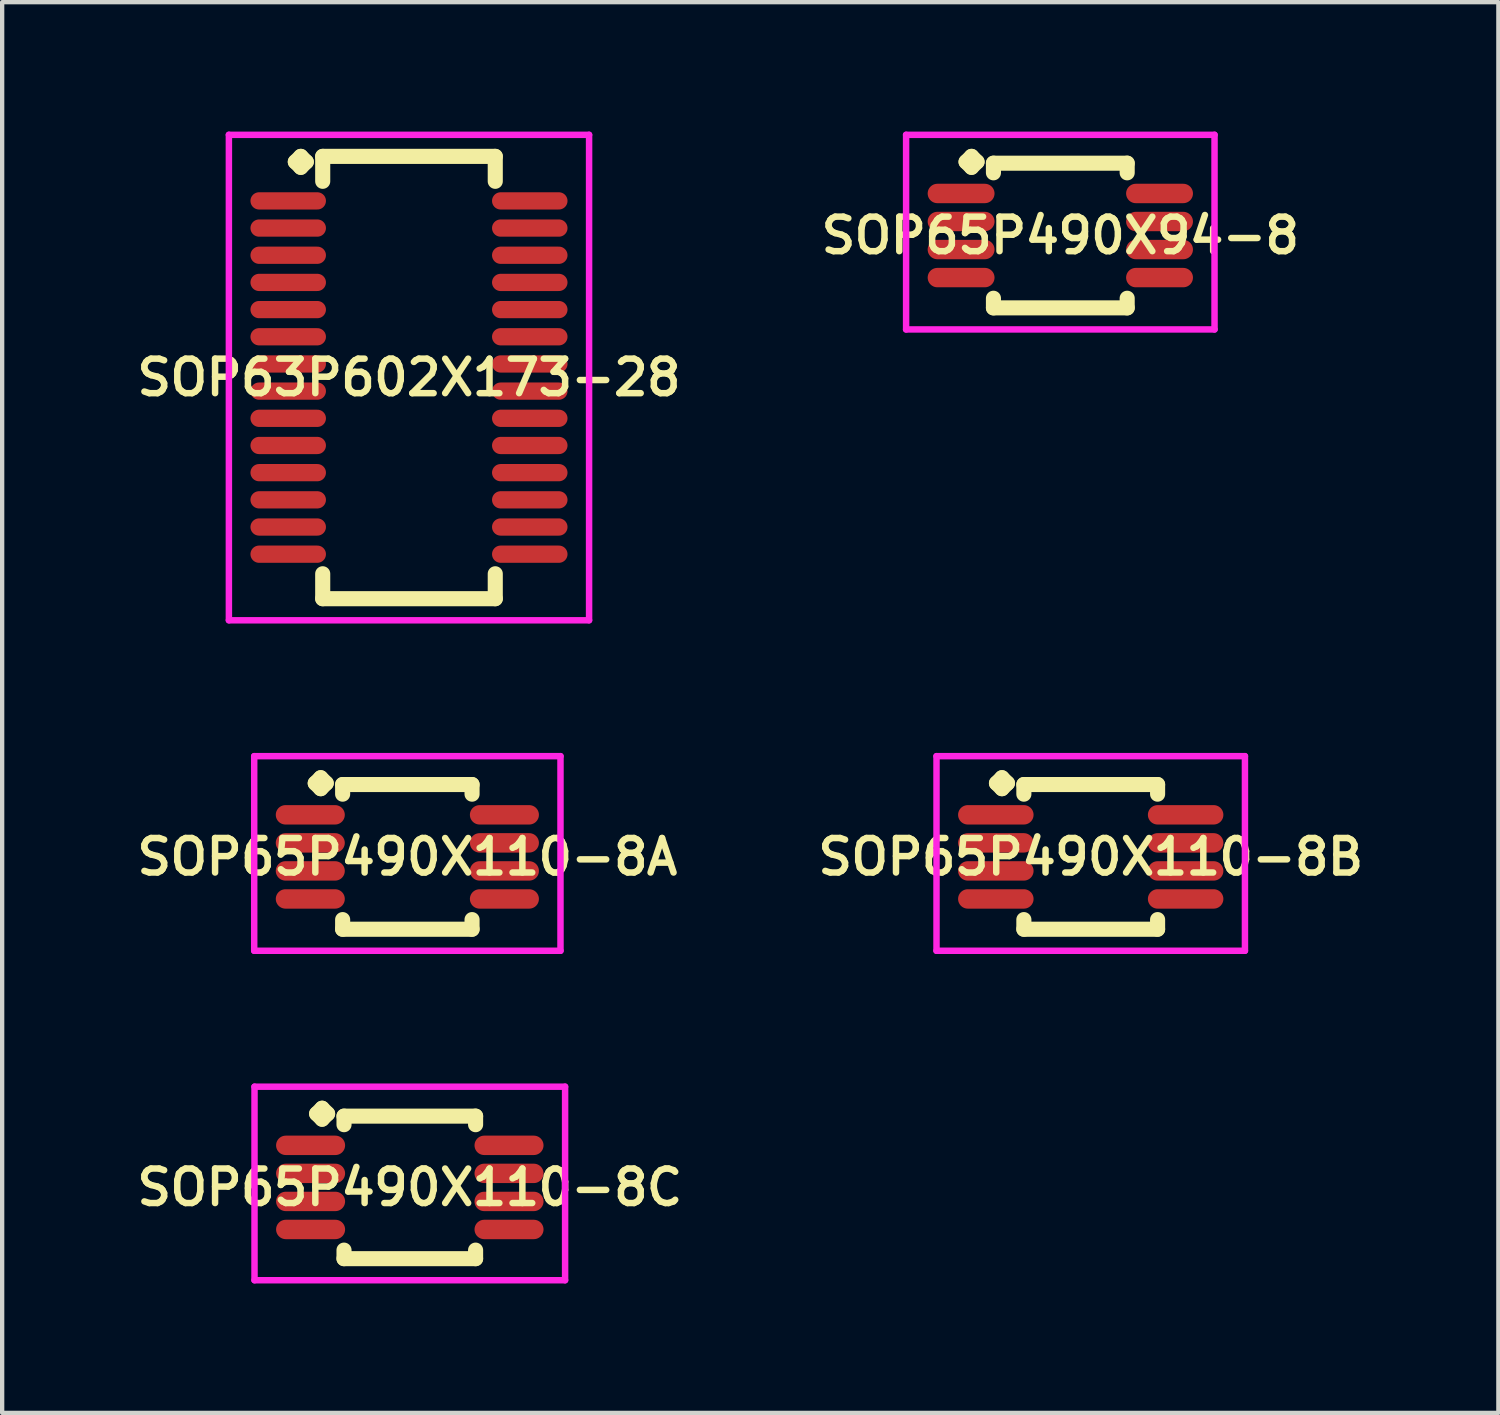
<source format=kicad_pcb>
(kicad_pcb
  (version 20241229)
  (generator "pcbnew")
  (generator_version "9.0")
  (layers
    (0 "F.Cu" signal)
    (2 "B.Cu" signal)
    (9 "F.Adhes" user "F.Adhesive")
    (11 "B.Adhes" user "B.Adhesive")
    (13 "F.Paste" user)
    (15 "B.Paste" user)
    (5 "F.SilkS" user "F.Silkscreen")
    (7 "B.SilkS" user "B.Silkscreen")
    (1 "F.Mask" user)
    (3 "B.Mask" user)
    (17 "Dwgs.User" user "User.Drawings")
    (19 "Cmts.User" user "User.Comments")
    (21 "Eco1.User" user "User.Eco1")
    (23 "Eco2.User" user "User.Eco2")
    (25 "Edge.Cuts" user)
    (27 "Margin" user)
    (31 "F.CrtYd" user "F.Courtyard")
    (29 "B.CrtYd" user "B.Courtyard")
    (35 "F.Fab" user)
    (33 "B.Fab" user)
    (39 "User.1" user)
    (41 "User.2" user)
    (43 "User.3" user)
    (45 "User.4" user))
  (footprint "SOP65P490X110-8A"
    (layer "F.Cu")
    (at 6.393 16.814)
    (property "Reference" "SOP65P490X110-8A" (at 0 0 0) (layer "F.SilkS") (effects (font (size 0.8 0.8) (thickness 0.15))))
    (attr smd)
    (fp_line (start -2.135 -1.708) (end -2.008 -1.835) (stroke (width 0.35) (type solid)) (layer "F.SilkS"))
    (fp_line (start -2.008 -1.835) (end -1.881 -1.708) (stroke (width 0.35) (type solid)) (layer "F.SilkS"))
    (fp_line (start -2.008 -1.581) (end -2.135 -1.708) (stroke (width 0.35) (type solid)) (layer "F.SilkS"))
    (fp_line (start -1.881 -1.708) (end -2.008 -1.581) (stroke (width 0.35) (type solid)) (layer "F.SilkS"))
    (fp_line (start -1.5 -1.677) (end 1.5 -1.677) (stroke (width 0.35) (type solid)) (layer "F.SilkS"))
    (fp_line (start -1.5 -1.454) (end -1.5 -1.677) (stroke (width 0.35) (type solid)) (layer "F.SilkS"))
    (fp_line (start -1.5 1.454) (end -1.5 1.677) (stroke (width 0.35) (type solid)) (layer "F.SilkS"))
    (fp_line (start -1.5 1.677) (end 1.5 1.677) (stroke (width 0.35) (type solid)) (layer "F.SilkS"))
    (fp_line (start 1.5 -1.677) (end 1.5 -1.454) (stroke (width 0.35) (type solid)) (layer "F.SilkS"))
    (fp_line (start 1.5 1.677) (end 1.5 1.454) (stroke (width 0.35) (type solid)) (layer "F.SilkS"))
    (fp_line (start -3.55 -2.335) (end 3.55 -2.335) (stroke (width 0.15) (type solid)) (layer "F.CrtYd"))
    (fp_line (start -3.55 2.177) (end -3.55 -2.335) (stroke (width 0.15) (type solid)) (layer "F.CrtYd"))
    (fp_line (start 3.55 -2.335) (end 3.55 2.177) (stroke (width 0.15) (type solid)) (layer "F.CrtYd"))
    (fp_line (start 3.55 2.177) (end -3.55 2.177) (stroke (width 0.15) (type solid)) (layer "F.CrtYd"))
    (pad "1" smd oval (at -2.25 -0.975) (size 1.6 0.45) (layers "F.Cu" "F.Mask" "F.Paste"))
    (pad "2" smd oval (at -2.25 -0.325) (size 1.6 0.45) (layers "F.Cu" "F.Mask" "F.Paste"))
    (pad "3" smd oval (at -2.25 0.325) (size 1.6 0.45) (layers "F.Cu" "F.Mask" "F.Paste"))
    (pad "4" smd oval (at -2.25 0.975) (size 1.6 0.45) (layers "F.Cu" "F.Mask" "F.Paste"))
    (pad "5" smd oval (at 2.25 0.975) (size 1.6 0.45) (layers "F.Cu" "F.Mask" "F.Paste"))
    (pad "6" smd oval (at 2.25 0.325) (size 1.6 0.45) (layers "F.Cu" "F.Mask" "F.Paste"))
    (pad "7" smd oval (at 2.25 -0.325) (size 1.6 0.45) (layers "F.Cu" "F.Mask" "F.Paste"))
    (pad "8" smd oval (at 2.25 -0.975) (size 1.6 0.45) (layers "F.Cu" "F.Mask" "F.Paste")))
  (footprint "SOP63P602X173-28"
    (layer "F.Cu")
    (at 6.431 5.702)
    (property "Reference" "SOP63P602X173-28" (at 0 0 0) (layer "F.SilkS") (effects (font (size 0.8 0.8) (thickness 0.15))))
    (attr smd)
    (fp_line (start -2.635 -5) (end -2.508 -5.127) (stroke (width 0.35) (type solid)) (layer "F.SilkS"))
    (fp_line (start -2.508 -5.127) (end -2.381 -5) (stroke (width 0.35) (type solid)) (layer "F.SilkS"))
    (fp_line (start -2.508 -4.873) (end -2.635 -5) (stroke (width 0.35) (type solid)) (layer "F.SilkS"))
    (fp_line (start -2.381 -5) (end -2.508 -4.873) (stroke (width 0.35) (type solid)) (layer "F.SilkS"))
    (fp_line (start -2 -5.127) (end 2 -5.127) (stroke (width 0.35) (type solid)) (layer "F.SilkS"))
    (fp_line (start -2 -4.549) (end -2 -5.127) (stroke (width 0.35) (type solid)) (layer "F.SilkS"))
    (fp_line (start -2 4.549) (end -2 5.127) (stroke (width 0.35) (type solid)) (layer "F.SilkS"))
    (fp_line (start -2 5.127) (end 2 5.127) (stroke (width 0.35) (type solid)) (layer "F.SilkS"))
    (fp_line (start 2 -5.127) (end 2 -4.549) (stroke (width 0.35) (type solid)) (layer "F.SilkS"))
    (fp_line (start 2 5.127) (end 2 4.549) (stroke (width 0.35) (type solid)) (layer "F.SilkS"))
    (fp_line (start -4.175 -5.627) (end 4.175 -5.627) (stroke (width 0.15) (type solid)) (layer "F.CrtYd"))
    (fp_line (start -4.175 5.627) (end -4.175 -5.627) (stroke (width 0.15) (type solid)) (layer "F.CrtYd"))
    (fp_line (start 4.175 -5.627) (end 4.175 5.627) (stroke (width 0.15) (type solid)) (layer "F.CrtYd"))
    (fp_line (start 4.175 5.627) (end -4.175 5.627) (stroke (width 0.15) (type solid)) (layer "F.CrtYd"))
    (pad "1" smd oval (at -2.8 -4.095) (size 1.75 0.4) (layers "F.Cu" "F.Mask" "F.Paste"))
    (pad "2" smd oval (at -2.8 -3.465) (size 1.75 0.4) (layers "F.Cu" "F.Mask" "F.Paste"))
    (pad "3" smd oval (at -2.8 -2.835) (size 1.75 0.4) (layers "F.Cu" "F.Mask" "F.Paste"))
    (pad "4" smd oval (at -2.8 -2.205) (size 1.75 0.4) (layers "F.Cu" "F.Mask" "F.Paste"))
    (pad "5" smd oval (at -2.8 -1.575) (size 1.75 0.4) (layers "F.Cu" "F.Mask" "F.Paste"))
    (pad "6" smd oval (at -2.8 -0.945) (size 1.75 0.4) (layers "F.Cu" "F.Mask" "F.Paste"))
    (pad "7" smd oval (at -2.8 -0.315) (size 1.75 0.4) (layers "F.Cu" "F.Mask" "F.Paste"))
    (pad "8" smd oval (at -2.8 0.315) (size 1.75 0.4) (layers "F.Cu" "F.Mask" "F.Paste"))
    (pad "9" smd oval (at -2.8 0.945) (size 1.75 0.4) (layers "F.Cu" "F.Mask" "F.Paste"))
    (pad "10" smd oval (at -2.8 1.575) (size 1.75 0.4) (layers "F.Cu" "F.Mask" "F.Paste"))
    (pad "11" smd oval (at -2.8 2.205) (size 1.75 0.4) (layers "F.Cu" "F.Mask" "F.Paste"))
    (pad "12" smd oval (at -2.8 2.835) (size 1.75 0.4) (layers "F.Cu" "F.Mask" "F.Paste"))
    (pad "13" smd oval (at -2.8 3.465) (size 1.75 0.4) (layers "F.Cu" "F.Mask" "F.Paste"))
    (pad "14" smd oval (at -2.8 4.095) (size 1.75 0.4) (layers "F.Cu" "F.Mask" "F.Paste"))
    (pad "15" smd oval (at 2.8 4.095) (size 1.75 0.4) (layers "F.Cu" "F.Mask" "F.Paste"))
    (pad "16" smd oval (at 2.8 3.465) (size 1.75 0.4) (layers "F.Cu" "F.Mask" "F.Paste"))
    (pad "17" smd oval (at 2.8 2.835) (size 1.75 0.4) (layers "F.Cu" "F.Mask" "F.Paste"))
    (pad "18" smd oval (at 2.8 2.205) (size 1.75 0.4) (layers "F.Cu" "F.Mask" "F.Paste"))
    (pad "19" smd oval (at 2.8 1.575) (size 1.75 0.4) (layers "F.Cu" "F.Mask" "F.Paste"))
    (pad "20" smd oval (at 2.8 0.945) (size 1.75 0.4) (layers "F.Cu" "F.Mask" "F.Paste"))
    (pad "21" smd oval (at 2.8 0.315) (size 1.75 0.4) (layers "F.Cu" "F.Mask" "F.Paste"))
    (pad "22" smd oval (at 2.8 -0.315) (size 1.75 0.4) (layers "F.Cu" "F.Mask" "F.Paste"))
    (pad "23" smd oval (at 2.8 -0.945) (size 1.75 0.4) (layers "F.Cu" "F.Mask" "F.Paste"))
    (pad "24" smd oval (at 2.8 -1.575) (size 1.75 0.4) (layers "F.Cu" "F.Mask" "F.Paste"))
    (pad "25" smd oval (at 2.8 -2.205) (size 1.75 0.4) (layers "F.Cu" "F.Mask" "F.Paste"))
    (pad "26" smd oval (at 2.8 -2.835) (size 1.75 0.4) (layers "F.Cu" "F.Mask" "F.Paste"))
    (pad "27" smd oval (at 2.8 -3.465) (size 1.75 0.4) (layers "F.Cu" "F.Mask" "F.Paste"))
    (pad "28" smd oval (at 2.8 -4.095) (size 1.75 0.4) (layers "F.Cu" "F.Mask" "F.Paste")))
  (footprint "SOP65P490X110-8B"
    (layer "F.Cu")
    (at 22.235 16.814)
    (property "Reference" "SOP65P490X110-8B" (at 0 0 0) (layer "F.SilkS") (effects (font (size 0.8 0.8) (thickness 0.15))))
    (attr smd)
    (fp_line (start -2.185 -1.708) (end -2.058 -1.835) (stroke (width 0.35) (type solid)) (layer "F.SilkS"))
    (fp_line (start -2.058 -1.835) (end -1.931 -1.708) (stroke (width 0.35) (type solid)) (layer "F.SilkS"))
    (fp_line (start -2.058 -1.581) (end -2.185 -1.708) (stroke (width 0.35) (type solid)) (layer "F.SilkS"))
    (fp_line (start -1.931 -1.708) (end -2.058 -1.581) (stroke (width 0.35) (type solid)) (layer "F.SilkS"))
    (fp_line (start -1.55 -1.677) (end 1.55 -1.677) (stroke (width 0.35) (type solid)) (layer "F.SilkS"))
    (fp_line (start -1.55 -1.454) (end -1.55 -1.677) (stroke (width 0.35) (type solid)) (layer "F.SilkS"))
    (fp_line (start -1.55 1.454) (end -1.55 1.677) (stroke (width 0.35) (type solid)) (layer "F.SilkS"))
    (fp_line (start -1.55 1.677) (end 1.55 1.677) (stroke (width 0.35) (type solid)) (layer "F.SilkS"))
    (fp_line (start 1.55 -1.677) (end 1.55 -1.454) (stroke (width 0.35) (type solid)) (layer "F.SilkS"))
    (fp_line (start 1.55 1.677) (end 1.55 1.454) (stroke (width 0.35) (type solid)) (layer "F.SilkS"))
    (fp_line (start -3.575 -2.335) (end 3.575 -2.335) (stroke (width 0.15) (type solid)) (layer "F.CrtYd"))
    (fp_line (start -3.575 2.177) (end -3.575 -2.335) (stroke (width 0.15) (type solid)) (layer "F.CrtYd"))
    (fp_line (start 3.575 -2.335) (end 3.575 2.177) (stroke (width 0.15) (type solid)) (layer "F.CrtYd"))
    (fp_line (start 3.575 2.177) (end -3.575 2.177) (stroke (width 0.15) (type solid)) (layer "F.CrtYd"))
    (pad "1" smd oval (at -2.2 -0.975) (size 1.75 0.45) (layers "F.Cu" "F.Mask" "F.Paste"))
    (pad "2" smd oval (at -2.2 -0.325) (size 1.75 0.45) (layers "F.Cu" "F.Mask" "F.Paste"))
    (pad "3" smd oval (at -2.2 0.325) (size 1.75 0.45) (layers "F.Cu" "F.Mask" "F.Paste"))
    (pad "4" smd oval (at -2.2 0.975) (size 1.75 0.45) (layers "F.Cu" "F.Mask" "F.Paste"))
    (pad "5" smd oval (at 2.2 0.975) (size 1.75 0.45) (layers "F.Cu" "F.Mask" "F.Paste"))
    (pad "6" smd oval (at 2.2 0.325) (size 1.75 0.45) (layers "F.Cu" "F.Mask" "F.Paste"))
    (pad "7" smd oval (at 2.2 -0.325) (size 1.75 0.45) (layers "F.Cu" "F.Mask" "F.Paste"))
    (pad "8" smd oval (at 2.2 -0.975) (size 1.75 0.45) (layers "F.Cu" "F.Mask" "F.Paste")))
  (footprint "SOP65P490X110-8C"
    (layer "F.Cu")
    (at 6.45 24.476)
    (property "Reference" "SOP65P490X110-8C" (at 0 0 0) (layer "F.SilkS") (effects (font (size 0.8 0.8) (thickness 0.15))))
    (attr smd)
    (fp_line (start -2.16 -1.708) (end -2.033 -1.835) (stroke (width 0.35) (type solid)) (layer "F.SilkS"))
    (fp_line (start -2.033 -1.835) (end -1.906 -1.708) (stroke (width 0.35) (type solid)) (layer "F.SilkS"))
    (fp_line (start -2.033 -1.581) (end -2.16 -1.708) (stroke (width 0.35) (type solid)) (layer "F.SilkS"))
    (fp_line (start -1.906 -1.708) (end -2.033 -1.581) (stroke (width 0.35) (type solid)) (layer "F.SilkS"))
    (fp_line (start -1.525 -1.652) (end 1.525 -1.652) (stroke (width 0.35) (type solid)) (layer "F.SilkS"))
    (fp_line (start -1.525 -1.454) (end -1.525 -1.652) (stroke (width 0.35) (type solid)) (layer "F.SilkS"))
    (fp_line (start -1.525 1.454) (end -1.525 1.652) (stroke (width 0.35) (type solid)) (layer "F.SilkS"))
    (fp_line (start -1.525 1.652) (end 1.525 1.652) (stroke (width 0.35) (type solid)) (layer "F.SilkS"))
    (fp_line (start 1.525 -1.652) (end 1.525 -1.454) (stroke (width 0.35) (type solid)) (layer "F.SilkS"))
    (fp_line (start 1.525 1.652) (end 1.525 1.454) (stroke (width 0.35) (type solid)) (layer "F.SilkS"))
    (fp_line (start -3.6 -2.335) (end 3.6 -2.335) (stroke (width 0.15) (type solid)) (layer "F.CrtYd"))
    (fp_line (start -3.6 2.152) (end -3.6 -2.335) (stroke (width 0.15) (type solid)) (layer "F.CrtYd"))
    (fp_line (start 3.6 -2.335) (end 3.6 2.152) (stroke (width 0.15) (type solid)) (layer "F.CrtYd"))
    (fp_line (start 3.6 2.152) (end -3.6 2.152) (stroke (width 0.15) (type solid)) (layer "F.CrtYd"))
    (pad "1" smd oval (at -2.3 -0.975) (size 1.6 0.45) (layers "F.Cu" "F.Mask" "F.Paste"))
    (pad "2" smd oval (at -2.3 -0.325) (size 1.6 0.45) (layers "F.Cu" "F.Mask" "F.Paste"))
    (pad "3" smd oval (at -2.3 0.325) (size 1.6 0.45) (layers "F.Cu" "F.Mask" "F.Paste"))
    (pad "4" smd oval (at -2.3 0.975) (size 1.6 0.45) (layers "F.Cu" "F.Mask" "F.Paste"))
    (pad "5" smd oval (at 2.3 0.975) (size 1.6 0.45) (layers "F.Cu" "F.Mask" "F.Paste"))
    (pad "6" smd oval (at 2.3 0.325) (size 1.6 0.45) (layers "F.Cu" "F.Mask" "F.Paste"))
    (pad "7" smd oval (at 2.3 -0.325) (size 1.6 0.45) (layers "F.Cu" "F.Mask" "F.Paste"))
    (pad "8" smd oval (at 2.3 -0.975) (size 1.6 0.45) (layers "F.Cu" "F.Mask" "F.Paste")))
  (footprint "SOP65P490X94-8"
    (layer "F.Cu")
    (at 21.53 2.41)
    (property "Reference" "SOP65P490X94-8" (at 0 0 0) (layer "F.SilkS") (effects (font (size 0.8 0.8) (thickness 0.15))))
    (attr smd)
    (fp_line (start -2.185 -1.708) (end -2.058 -1.835) (stroke (width 0.35) (type solid)) (layer "F.SilkS"))
    (fp_line (start -2.058 -1.835) (end -1.931 -1.708) (stroke (width 0.35) (type solid)) (layer "F.SilkS"))
    (fp_line (start -2.058 -1.581) (end -2.185 -1.708) (stroke (width 0.35) (type solid)) (layer "F.SilkS"))
    (fp_line (start -1.931 -1.708) (end -2.058 -1.581) (stroke (width 0.35) (type solid)) (layer "F.SilkS"))
    (fp_line (start -1.55 -1.677) (end 1.55 -1.677) (stroke (width 0.35) (type solid)) (layer "F.SilkS"))
    (fp_line (start -1.55 -1.454) (end -1.55 -1.677) (stroke (width 0.35) (type solid)) (layer "F.SilkS"))
    (fp_line (start -1.55 1.454) (end -1.55 1.677) (stroke (width 0.35) (type solid)) (layer "F.SilkS"))
    (fp_line (start -1.55 1.677) (end 1.55 1.677) (stroke (width 0.35) (type solid)) (layer "F.SilkS"))
    (fp_line (start 1.55 -1.677) (end 1.55 -1.454) (stroke (width 0.35) (type solid)) (layer "F.SilkS"))
    (fp_line (start 1.55 1.677) (end 1.55 1.454) (stroke (width 0.35) (type solid)) (layer "F.SilkS"))
    (fp_line (start -3.575 -2.335) (end 3.575 -2.335) (stroke (width 0.15) (type solid)) (layer "F.CrtYd"))
    (fp_line (start -3.575 2.177) (end -3.575 -2.335) (stroke (width 0.15) (type solid)) (layer "F.CrtYd"))
    (fp_line (start 3.575 -2.335) (end 3.575 2.177) (stroke (width 0.15) (type solid)) (layer "F.CrtYd"))
    (fp_line (start 3.575 2.177) (end -3.575 2.177) (stroke (width 0.15) (type solid)) (layer "F.CrtYd"))
    (pad "1" smd oval (at -2.3 -0.975) (size 1.55 0.45) (layers "F.Cu" "F.Mask" "F.Paste"))
    (pad "2" smd oval (at -2.3 -0.325) (size 1.55 0.45) (layers "F.Cu" "F.Mask" "F.Paste"))
    (pad "3" smd oval (at -2.3 0.325) (size 1.55 0.45) (layers "F.Cu" "F.Mask" "F.Paste"))
    (pad "4" smd oval (at -2.3 0.975) (size 1.55 0.45) (layers "F.Cu" "F.Mask" "F.Paste"))
    (pad "5" smd oval (at 2.3 0.975) (size 1.55 0.45) (layers "F.Cu" "F.Mask" "F.Paste"))
    (pad "6" smd oval (at 2.3 0.325) (size 1.55 0.45) (layers "F.Cu" "F.Mask" "F.Paste"))
    (pad "7" smd oval (at 2.3 -0.325) (size 1.55 0.45) (layers "F.Cu" "F.Mask" "F.Paste"))
    (pad "8" smd oval (at 2.3 -0.975) (size 1.55 0.45) (layers "F.Cu" "F.Mask" "F.Paste")))
  (gr_rect
    (start -3 -3)
    (end 31.685 29.703)
    (stroke (width 0.1) (type default))
    (fill no)
    (layer "Edge.Cuts")))
</source>
